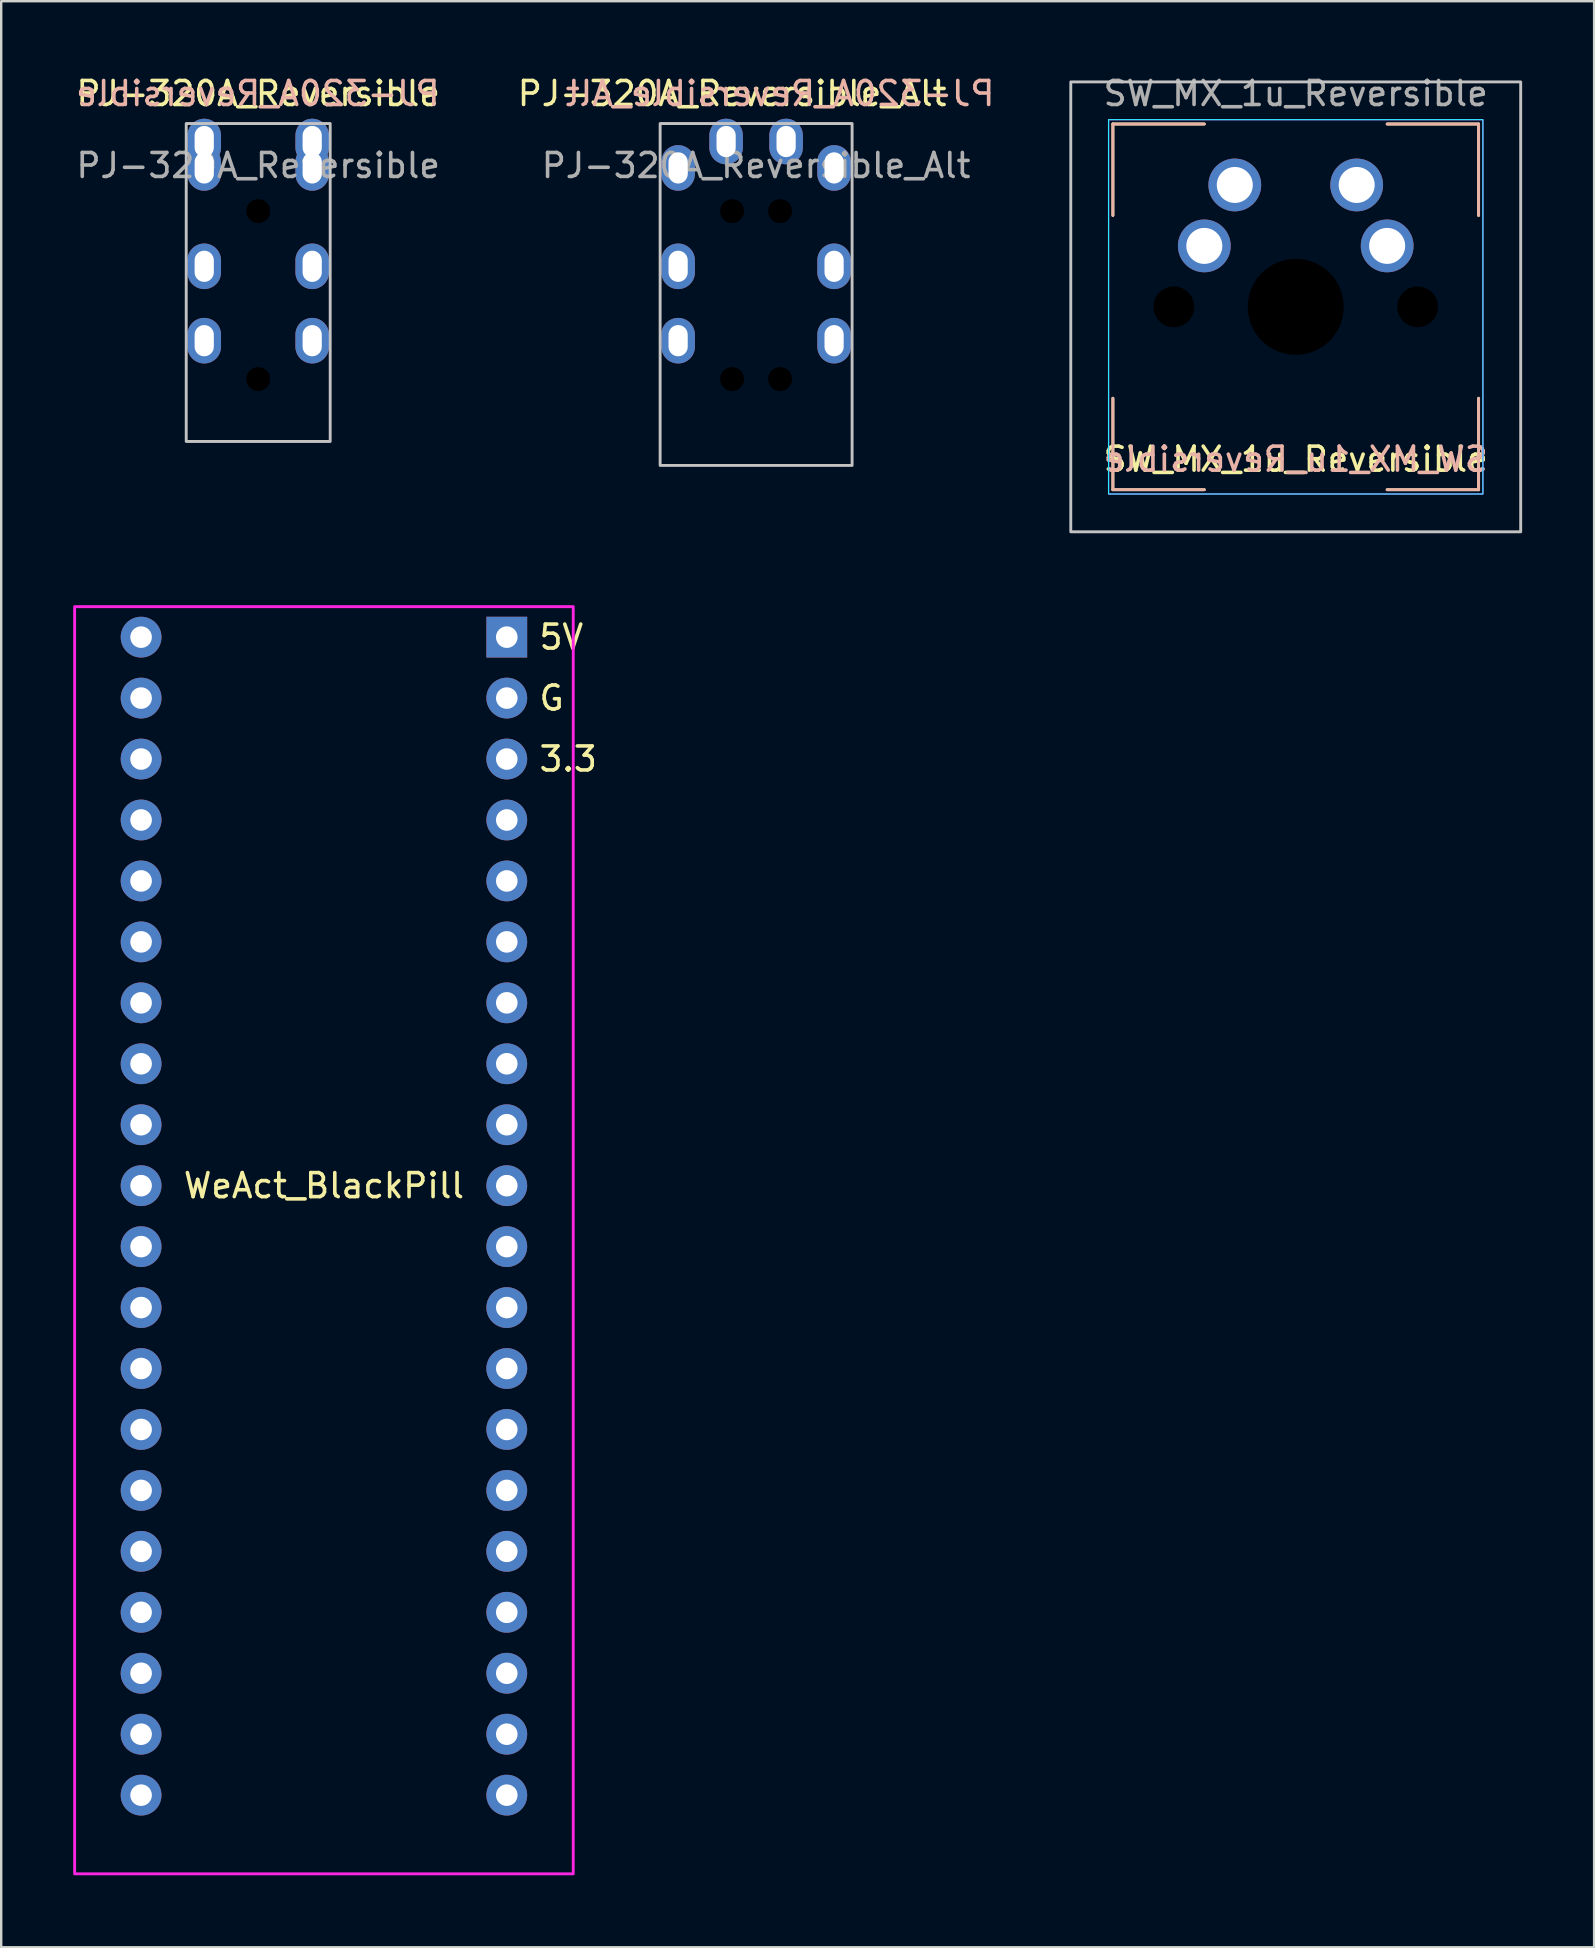
<source format=kicad_pcb>
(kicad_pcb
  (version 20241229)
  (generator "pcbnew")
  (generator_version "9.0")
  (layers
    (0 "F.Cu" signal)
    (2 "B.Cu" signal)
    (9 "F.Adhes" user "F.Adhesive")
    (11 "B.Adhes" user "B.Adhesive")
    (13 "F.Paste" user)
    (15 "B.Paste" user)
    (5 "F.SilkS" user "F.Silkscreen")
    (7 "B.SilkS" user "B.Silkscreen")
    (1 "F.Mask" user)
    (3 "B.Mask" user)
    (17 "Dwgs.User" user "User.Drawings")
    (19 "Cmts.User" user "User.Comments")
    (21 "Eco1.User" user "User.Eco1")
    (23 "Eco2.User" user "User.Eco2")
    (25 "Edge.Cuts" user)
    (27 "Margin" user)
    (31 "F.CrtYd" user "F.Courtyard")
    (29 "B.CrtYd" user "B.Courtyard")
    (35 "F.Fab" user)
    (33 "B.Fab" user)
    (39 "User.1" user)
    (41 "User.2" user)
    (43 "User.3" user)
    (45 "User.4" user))
  (footprint "SW_MX_1u_Reversible"
    (layer "F.Cu")
    (at 50.95 9.738)
    (property "Reference" "SW_MX_1u_Reversible" (at 0 6.35 0) (unlocked yes) (layer "F.SilkS") (effects (font (size 1 1) (thickness 0.15))))
    (attr through_hole)
    (fp_line (start -7.62 -7.62) (end -3.81 -7.62) (stroke (width 0.12) (type solid)) (layer "F.SilkS"))
    (fp_line (start -7.62 -3.81) (end -7.62 -7.62) (stroke (width 0.12) (type solid)) (layer "F.SilkS"))
    (fp_line (start -7.62 7.62) (end -7.62 3.81) (stroke (width 0.12) (type solid)) (layer "F.SilkS"))
    (fp_line (start -3.81 7.62) (end -7.62 7.62) (stroke (width 0.12) (type solid)) (layer "F.SilkS"))
    (fp_line (start 7.62 -7.62) (end 3.81 -7.62) (stroke (width 0.12) (type solid)) (layer "F.SilkS"))
    (fp_line (start 7.62 -7.62) (end 7.62 -3.81) (stroke (width 0.12) (type solid)) (layer "F.SilkS"))
    (fp_line (start 7.62 3.81) (end 7.62 7.62) (stroke (width 0.12) (type solid)) (layer "F.SilkS"))
    (fp_line (start 7.62 7.62) (end 3.81 7.62) (stroke (width 0.12) (type solid)) (layer "F.SilkS"))
    (fp_line (start -7.62 -7.62) (end -7.62 -3.81) (stroke (width 0.12) (type solid)) (layer "B.SilkS"))
    (fp_line (start -7.62 3.81) (end -7.62 7.62) (stroke (width 0.12) (type solid)) (layer "B.SilkS"))
    (fp_line (start -7.62 7.62) (end -3.81 7.62) (stroke (width 0.12) (type solid)) (layer "B.SilkS"))
    (fp_line (start -3.81 -7.62) (end -7.62 -7.62) (stroke (width 0.12) (type solid)) (layer "B.SilkS"))
    (fp_line (start 3.81 7.62) (end 7.62 7.62) (stroke (width 0.12) (type solid)) (layer "B.SilkS"))
    (fp_line (start 7.62 -7.62) (end 3.81 -7.62) (stroke (width 0.12) (type solid)) (layer "B.SilkS"))
    (fp_line (start 7.62 -7.62) (end 7.62 -3.81) (stroke (width 0.12) (type solid)) (layer "B.SilkS"))
    (fp_line (start 7.62 7.62) (end 7.62 3.81) (stroke (width 0.12) (type solid)) (layer "B.SilkS"))
    (fp_rect (start -9.375 -9.375) (end 9.375 9.375) (stroke (width 0.12) (type solid)) (fill no) (layer "Dwgs.User"))
    (fp_rect (start -7.8 7.8) (end 7.8 -7.8) (stroke (width 0.05) (type solid)) (fill no) (layer "B.CrtYd"))
    (fp_rect (start 7.8 7.8) (end -7.8 -7.8) (stroke (width 0.05) (type solid)) (fill no) (layer "F.CrtYd"))
    (fp_text user "${REFERENCE}" (at 0 6.35 0) (unlocked yes) (layer "B.SilkS") (effects (font (size 1 1) (thickness 0.15)) (justify mirror)))
    (fp_text user "${REFERENCE}" (at 0 -8.89 0) (unlocked yes) (layer "F.Fab") (effects (font (size 1 1) (thickness 0.15))))
    (pad "" np_thru_hole circle (at -5.08 0) (size 1.7 1.7) (drill 1.7) (layers "*.Mask"))
    (pad "" np_thru_hole circle (at 0 0) (size 4 4) (drill 4) (layers "*.Mask"))
    (pad "" np_thru_hole circle (at 5.08 0) (size 1.7 1.7) (drill 1.7) (layers "*.Mask"))
    (pad "1" thru_hole circle (at -3.81 -2.54) (size 2.2 2.2) (drill 1.5) (layers "*.Cu" "*.Mask"))
    (pad "1" thru_hole circle (at -2.54 -5.08) (size 2.2 2.2) (drill 1.5) (layers "*.Cu" "*.Mask"))
    (pad "2" thru_hole circle (at 2.54 -5.08) (size 2.2 2.2) (drill 1.5) (layers "*.Cu" "*.Mask"))
    (pad "2" thru_hole circle (at 3.81 -2.54) (size 2.2 2.2) (drill 1.5) (layers "*.Cu" "*.Mask")))
  (footprint "PJ-320A_Reversible"
    (layer "F.Cu")
    (at 5.461 2.848)
    (property "Reference" "PJ-320A_Reversible" (at 2.25 -2 0) (unlocked yes) (layer "F.SilkS") (effects (font (size 1 1) (thickness 0.15))))
    (attr through_hole)
    (fp_rect (start 5.25 12.5) (end -0.75 -0.75) (stroke (width 0.12) (type solid)) (fill no) (layer "Dwgs.User"))
    (fp_text user "${REFERENCE}" (at 2.235 -2 0) (unlocked yes) (layer "B.SilkS") (effects (font (size 1 1) (thickness 0.15)) (justify mirror)))
    (fp_text user "${REFERENCE}" (at 2.25 1 0) (unlocked yes) (layer "F.Fab") (effects (font (size 1 1) (thickness 0.15))))
    (pad "" np_thru_hole circle (at 2.25 2.9) (size 1 1) (drill 1) (layers "*.Mask"))
    (pad "" np_thru_hole circle (at 2.25 9.9) (size 1 1) (drill 1) (layers "*.Mask"))
    (pad "R1" thru_hole oval (at 0 5.2) (size 1.4 1.9) (drill oval 0.8 1.3) (layers "*.Cu" "*.Mask"))
    (pad "R1" thru_hole oval (at 4.5 5.2) (size 1.4 1.9) (drill oval 0.8 1.3) (layers "*.Cu" "*.Mask"))
    (pad "R2" thru_hole oval (at 0 8.3) (size 1.4 1.9) (drill oval 0.8 1.3) (layers "*.Cu" "*.Mask"))
    (pad "R2" thru_hole oval (at 4.5 8.3) (size 1.4 1.9) (drill oval 0.8 1.3) (layers "*.Cu" "*.Mask"))
    (pad "S" thru_hole oval (at 0 0) (size 1.4 1.9) (drill oval 0.8 1.3) (layers "*.Cu" "*.Mask"))
    (pad "S" thru_hole oval (at 4.5 0) (size 1.4 1.9) (drill oval 0.8 1.3) (layers "*.Cu" "*.Mask"))
    (pad "T" thru_hole oval (at 0 1.1) (size 1.4 1.9) (drill oval 0.8 1.3) (layers "*.Cu" "*.Mask"))
    (pad "T" thru_hole oval (at 4.5 1.1) (size 1.4 1.9) (drill oval 0.8 1.3) (layers "*.Cu" "*.Mask")))
  (footprint "PJ-320A_Reversible_Alt"
    (layer "F.Cu")
    (at 25.211 2.848)
    (property "Reference" "PJ-320A_Reversible_Alt" (at 2.25 -2 0) (unlocked yes) (layer "F.SilkS") (effects (font (size 1 1) (thickness 0.15))))
    (attr through_hole)
    (fp_rect (start 7.25 13.5) (end -0.75 -0.75) (stroke (width 0.12) (type solid)) (fill no) (layer "Dwgs.User"))
    (fp_text user "${REFERENCE}" (at 4.25 -2 0) (unlocked yes) (layer "B.SilkS") (effects (font (size 1 1) (thickness 0.15)) (justify mirror)))
    (fp_text user "${REFERENCE}" (at 3.25 1 0) (unlocked yes) (layer "F.Fab") (effects (font (size 1 1) (thickness 0.15))))
    (pad "" np_thru_hole circle (at 2.25 2.9) (size 1 1) (drill 1) (layers "*.Mask"))
    (pad "" np_thru_hole circle (at 2.25 9.9) (size 1 1) (drill 1) (layers "*.Mask"))
    (pad "" np_thru_hole circle (at 4.25 2.9) (size 1 1) (drill 1) (layers "*.Mask"))
    (pad "" np_thru_hole circle (at 4.25 9.9) (size 1 1) (drill 1) (layers "*.Mask"))
    (pad "R1" thru_hole oval (at 0 5.2) (size 1.4 1.9) (drill oval 0.8 1.3) (layers "*.Cu" "*.Mask"))
    (pad "R1" thru_hole oval (at 6.5 5.2) (size 1.4 1.9) (drill oval 0.8 1.3) (layers "*.Cu" "*.Mask"))
    (pad "R2" thru_hole oval (at 0 8.3) (size 1.4 1.9) (drill oval 0.8 1.3) (layers "*.Cu" "*.Mask"))
    (pad "R2" thru_hole oval (at 6.5 8.3) (size 1.4 1.9) (drill oval 0.8 1.3) (layers "*.Cu" "*.Mask"))
    (pad "S" thru_hole oval (at 2 0) (size 1.4 1.9) (drill oval 0.8 1.3) (layers "*.Cu" "*.Mask"))
    (pad "S" thru_hole oval (at 4.5 0) (size 1.4 1.9) (drill oval 0.8 1.3) (layers "*.Cu" "*.Mask"))
    (pad "T" thru_hole oval (at 0 1.1) (size 1.4 1.9) (drill oval 0.8 1.3) (layers "*.Cu" "*.Mask"))
    (pad "T" thru_hole oval (at 6.5 1.1) (size 1.4 1.9) (drill oval 0.8 1.3) (layers "*.Cu" "*.Mask")))
  (footprint "WeAct_BlackPill"
    (layer "F.Cu")
    (at 18.07 23.503)
    (property "Reference" "WeAct_BlackPill" (at -7.62 22.86 0) (unlocked yes) (layer "F.SilkS") (effects (font (size 1 1) (thickness 0.15))))
    (attr through_hole)
    (fp_rect (start 2.77 -1.27) (end -18.01 51.54) (stroke (width 0.12) (type solid)) (fill no) (layer "F.CrtYd"))
    (fp_text user "3.3" (at 1.27 5.08 0) (unlocked yes) (layer "F.SilkS") (effects (font (size 1 1) (thickness 0.15)) (justify left)))
    (fp_text user "5V" (at 1.27 0 0) (unlocked yes) (layer "F.SilkS") (effects (font (size 1 1) (thickness 0.15)) (justify left)))
    (fp_text user "G" (at 1.27 2.54 0) (unlocked yes) (layer "F.SilkS") (effects (font (size 1 1) (thickness 0.15)) (justify left)))
    (pad "1" thru_hole rect (at 0 0) (size 1.7 1.7) (drill 0.9) (layers "*.Cu" "*.Mask"))
    (pad "2" thru_hole circle (at 0 2.54) (size 1.7 1.7) (drill 0.9) (layers "*.Cu" "*.Mask"))
    (pad "3" thru_hole circle (at 0 5.08) (size 1.7 1.7) (drill 0.9) (layers "*.Cu" "*.Mask"))
    (pad "4" thru_hole circle (at 0 7.62) (size 1.7 1.7) (drill 0.9) (layers "*.Cu" "*.Mask"))
    (pad "5" thru_hole circle (at 0 10.16) (size 1.7 1.7) (drill 0.9) (layers "*.Cu" "*.Mask"))
    (pad "6" thru_hole circle (at 0 12.7) (size 1.7 1.7) (drill 0.9) (layers "*.Cu" "*.Mask"))
    (pad "7" thru_hole circle (at 0 15.24) (size 1.7 1.7) (drill 0.9) (layers "*.Cu" "*.Mask"))
    (pad "8" thru_hole circle (at 0 17.78) (size 1.7 1.7) (drill 0.9) (layers "*.Cu" "*.Mask"))
    (pad "9" thru_hole circle (at 0 20.32) (size 1.7 1.7) (drill 0.9) (layers "*.Cu" "*.Mask"))
    (pad "10" thru_hole circle (at 0 22.86) (size 1.7 1.7) (drill 0.9) (layers "*.Cu" "*.Mask"))
    (pad "11" thru_hole circle (at 0 25.4) (size 1.7 1.7) (drill 0.9) (layers "*.Cu" "*.Mask"))
    (pad "12" thru_hole circle (at 0 27.94) (size 1.7 1.7) (drill 0.9) (layers "*.Cu" "*.Mask"))
    (pad "13" thru_hole circle (at 0 30.48) (size 1.7 1.7) (drill 0.9) (layers "*.Cu" "*.Mask"))
    (pad "14" thru_hole circle (at 0 33.02) (size 1.7 1.7) (drill 0.9) (layers "*.Cu" "*.Mask"))
    (pad "15" thru_hole circle (at 0 35.56) (size 1.7 1.7) (drill 0.9) (layers "*.Cu" "*.Mask"))
    (pad "16" thru_hole circle (at 0 38.1) (size 1.7 1.7) (drill 0.9) (layers "*.Cu" "*.Mask"))
    (pad "17" thru_hole circle (at 0 40.64) (size 1.7 1.7) (drill 0.9) (layers "*.Cu" "*.Mask"))
    (pad "18" thru_hole circle (at 0 43.18) (size 1.7 1.7) (drill 0.9) (layers "*.Cu" "*.Mask"))
    (pad "19" thru_hole circle (at 0 45.72) (size 1.7 1.7) (drill 0.9) (layers "*.Cu" "*.Mask"))
    (pad "20" thru_hole circle (at 0 48.26) (size 1.7 1.7) (drill 0.9) (layers "*.Cu" "*.Mask"))
    (pad "21" thru_hole circle (at -15.24 48.26) (size 1.7 1.7) (drill 0.9) (layers "*.Cu" "*.Mask"))
    (pad "22" thru_hole circle (at -15.24 45.72) (size 1.7 1.7) (drill 0.9) (layers "*.Cu" "*.Mask"))
    (pad "23" thru_hole circle (at -15.24 43.18) (size 1.7 1.7) (drill 0.9) (layers "*.Cu" "*.Mask"))
    (pad "24" thru_hole circle (at -15.24 40.64) (size 1.7 1.7) (drill 0.9) (layers "*.Cu" "*.Mask"))
    (pad "25" thru_hole circle (at -15.24 38.1) (size 1.7 1.7) (drill 0.9) (layers "*.Cu" "*.Mask"))
    (pad "26" thru_hole circle (at -15.24 35.56) (size 1.7 1.7) (drill 0.9) (layers "*.Cu" "*.Mask"))
    (pad "27" thru_hole circle (at -15.24 33.02) (size 1.7 1.7) (drill 0.9) (layers "*.Cu" "*.Mask"))
    (pad "28" thru_hole circle (at -15.24 30.48) (size 1.7 1.7) (drill 0.9) (layers "*.Cu" "*.Mask"))
    (pad "29" thru_hole circle (at -15.24 27.94) (size 1.7 1.7) (drill 0.9) (layers "*.Cu" "*.Mask"))
    (pad "30" thru_hole circle (at -15.24 25.4) (size 1.7 1.7) (drill 0.9) (layers "*.Cu" "*.Mask"))
    (pad "31" thru_hole circle (at -15.24 22.86) (size 1.7 1.7) (drill 0.9) (layers "*.Cu" "*.Mask"))
    (pad "32" thru_hole circle (at -15.24 20.32) (size 1.7 1.7) (drill 0.9) (layers "*.Cu" "*.Mask"))
    (pad "33" thru_hole circle (at -15.24 17.78) (size 1.7 1.7) (drill 0.9) (layers "*.Cu" "*.Mask"))
    (pad "34" thru_hole circle (at -15.24 15.24) (size 1.7 1.7) (drill 0.9) (layers "*.Cu" "*.Mask"))
    (pad "35" thru_hole circle (at -15.24 12.7) (size 1.7 1.7) (drill 0.9) (layers "*.Cu" "*.Mask"))
    (pad "36" thru_hole circle (at -15.24 10.16) (size 1.7 1.7) (drill 0.9) (layers "*.Cu" "*.Mask"))
    (pad "37" thru_hole circle (at -15.24 7.62) (size 1.7 1.7) (drill 0.9) (layers "*.Cu" "*.Mask"))
    (pad "38" thru_hole circle (at -15.24 5.08) (size 1.7 1.7) (drill 0.9) (layers "*.Cu" "*.Mask"))
    (pad "39" thru_hole circle (at -15.24 2.54) (size 1.7 1.7) (drill 0.9) (layers "*.Cu" "*.Mask"))
    (pad "40" thru_hole circle (at -15.24 0) (size 1.7 1.7) (drill 0.9) (layers "*.Cu" "*.Mask")))
  (gr_rect
    (start -3 -3)
    (end 63.385 78.103)
    (stroke (width 0.1) (type default))
    (fill no)
    (layer "Edge.Cuts")))
</source>
